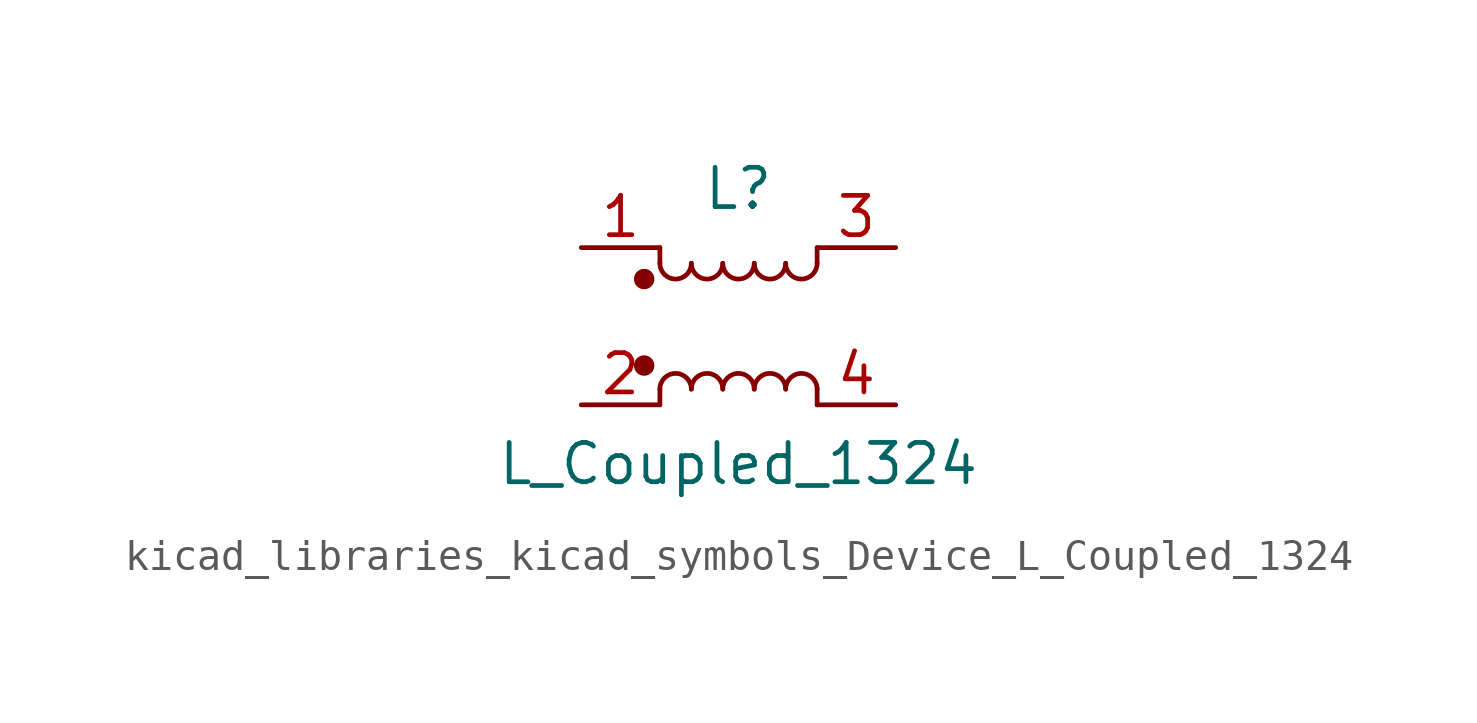
<source format=kicad_sym>
(kicad_symbol_lib
  (version 20220914)
  (generator kicad_symbol_editor)
  (symbol "kicad_libraries_kicad_symbols_Device_L_Coupled_1324"
    (pin_names
      (offset 0.254) hide)
    (property "Reference" "L"
      (at 0 4.445 0)
      (effects (font (size 1.27 1.27))))
    (property "Value" "L_Coupled_1324"
      (at 0 -4.445 0)
      (effects (font (size 1.27 1.27))))
    (symbol "kicad_libraries_kicad_symbols_Device_L_Coupled_1324_0_1"
      (circle (center -3.048 -1.27) (radius 0.254) (stroke (width 0) (type default)) (fill (type outline)))
      (circle (center -3.048 1.524) (radius 0.254) (stroke (width 0) (type default)) (fill (type outline)))
      (arc (start -2.54 2.032) (mid -2.032 1.5262) (end -1.524 2.032) (stroke (width 0) (type default)) (fill (type none)))
      (arc (start -1.524 -2.032) (mid -2.032 -1.5262) (end -2.54 -2.032) (stroke (width 0) (type default)) (fill (type none)))
      (arc (start -1.524 2.032) (mid -1.016 1.5262) (end -0.508 2.032) (stroke (width 0) (type default)) (fill (type none)))
      (arc (start -0.508 -2.032) (mid -1.016 -1.5262) (end -1.524 -2.032) (stroke (width 0) (type default)) (fill (type none)))
      (arc (start -0.508 2.032) (mid 0 1.5262) (end 0.508 2.032) (stroke (width 0) (type default)) (fill (type none)))
      (polyline (pts (xy -2.54 -2.032) (xy -2.54 -2.54)) (stroke (width 0) (type default)) (fill (type none)))
      (polyline (pts (xy -2.54 2.032) (xy -2.54 2.54)) (stroke (width 0) (type default)) (fill (type none)))
      (polyline (pts (xy 2.54 -2.032) (xy 2.54 -2.54)) (stroke (width 0) (type default)) (fill (type none)))
      (polyline (pts (xy 2.54 2.54) (xy 2.54 2.032)) (stroke (width 0) (type default)) (fill (type none)))
      (arc (start 0.508 -2.032) (mid 0 -1.5262) (end -0.508 -2.032) (stroke (width 0) (type default)) (fill (type none)))
      (arc (start 0.508 2.032) (mid 1.016 1.5262) (end 1.524 2.032) (stroke (width 0) (type default)) (fill (type none)))
      (arc (start 1.524 -2.032) (mid 1.016 -1.5262) (end 0.508 -2.032) (stroke (width 0) (type default)) (fill (type none)))
      (arc (start 1.524 2.032) (mid 2.032 1.5262) (end 2.54 2.032) (stroke (width 0) (type default)) (fill (type none)))
      (arc (start 2.54 -2.032) (mid 2.032 -1.5262) (end 1.524 -2.032) (stroke (width 0) (type default)) (fill (type none))))
    (symbol "kicad_libraries_kicad_symbols_Device_L_Coupled_1324_1_1"
      (pin passive line (at -5.08 2.54 0) (length 2.54) (name "1" (effects (font (size 1.27 1.27)))) (number "1" (effects (font (size 1.27 1.27)))))
      (pin passive line (at -5.08 -2.54 0) (length 2.54) (name "2" (effects (font (size 1.27 1.27)))) (number "2" (effects (font (size 1.27 1.27)))))
      (pin passive line (at 5.08 2.54 180) (length 2.54) (name "3" (effects (font (size 1.27 1.27)))) (number "3" (effects (font (size 1.27 1.27)))))
      (pin passive line (at 5.08 -2.54 180) (length 2.54) (name "4" (effects (font (size 1.27 1.27)))) (number "4" (effects (font (size 1.27 1.27))))))))
</source>
